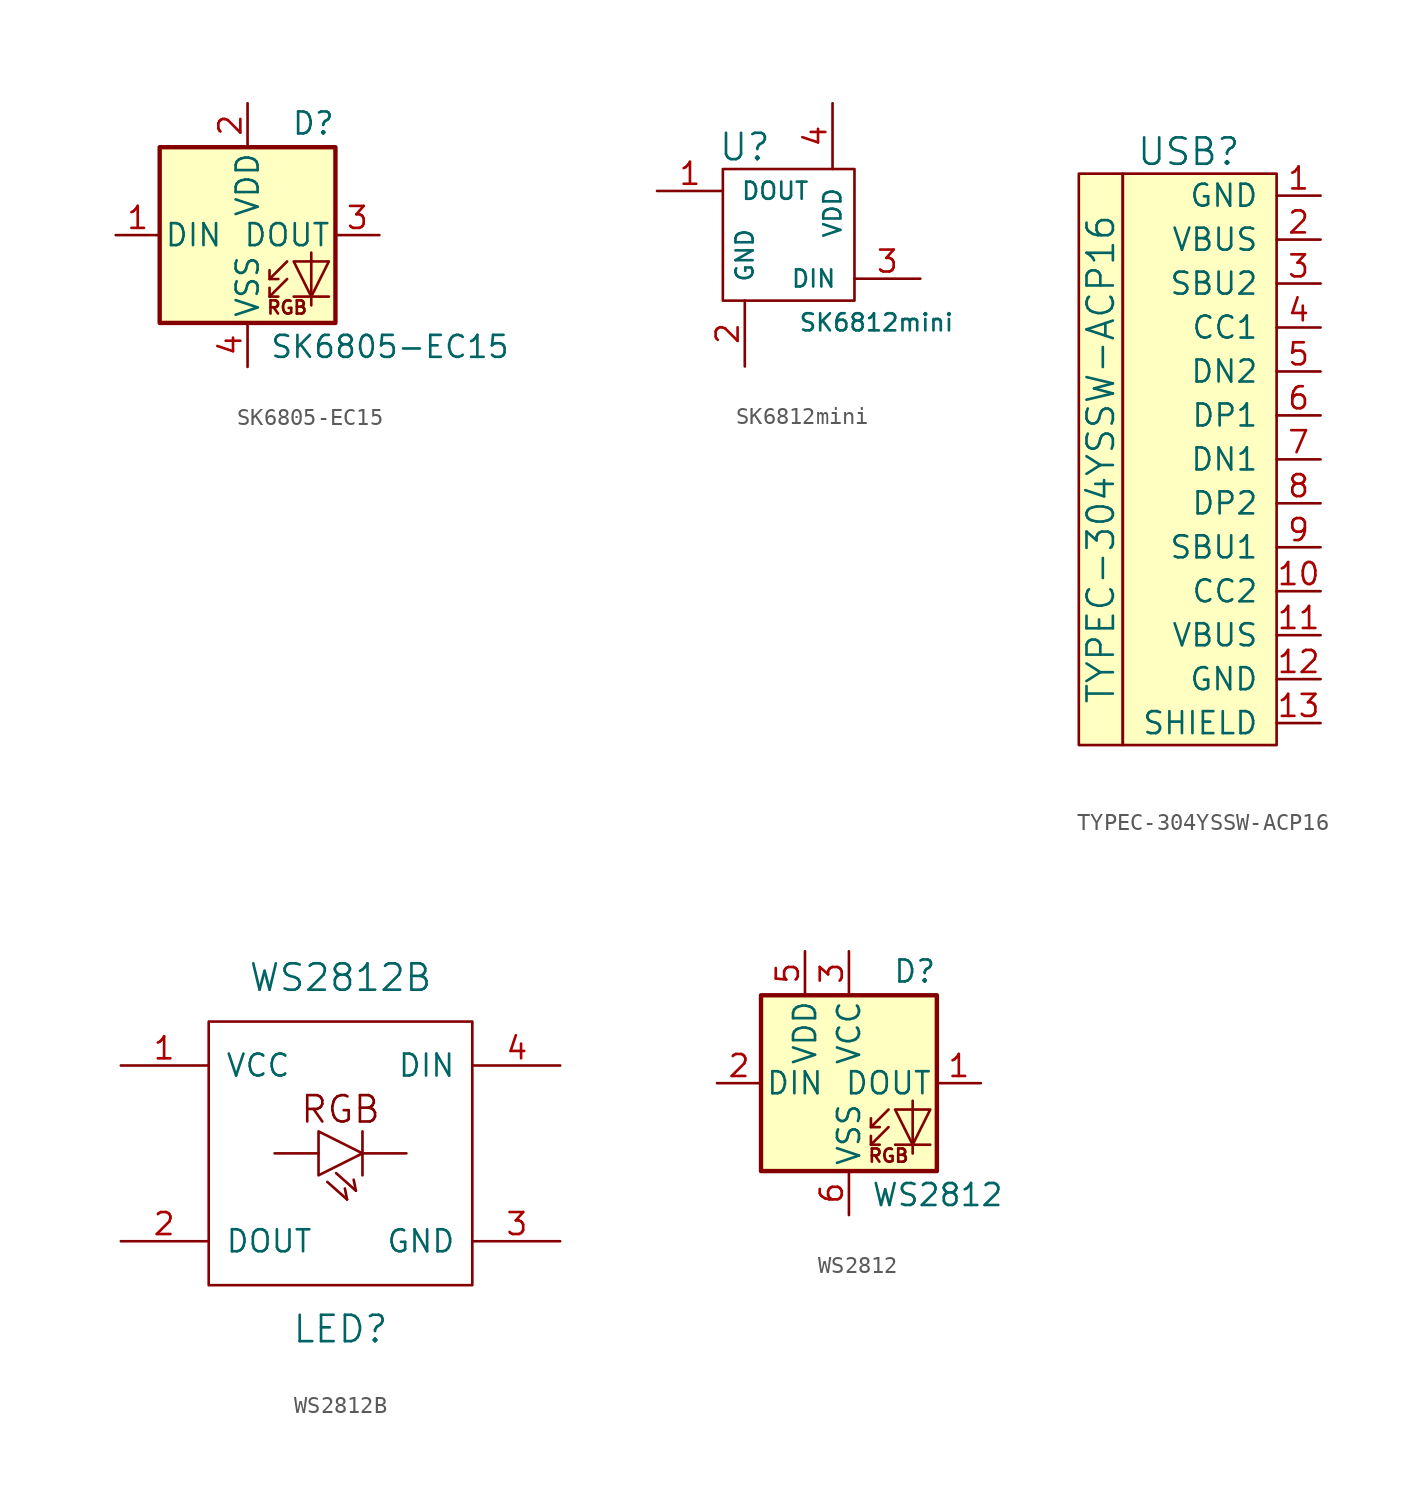
<source format=kicad_sym>
(kicad_symbol_lib
  (version 20211014)
  (generator kicad_symbol_editor)
  (symbol "SK6805-EC15"
    (pin_names
      (offset 0.254))
    (property "Reference" "D"
      (at 5.08 5.715 0)
      (effects (font (size 1.27 1.27)) (justify right bottom)))
    (property "Value" "SK6805-EC15"
      (at 1.27 -5.715 0)
      (effects (font (size 1.27 1.27)) (justify left top)))
    (symbol "SK6805-EC15_0_0"
      (text "RGB" (at 2.286 -4.191 0) (effects (font (size 0.762 0.762)))))
    (symbol "SK6805-EC15_0_1"
      (polyline (pts (xy 1.27 -3.556) (xy 1.778 -3.556)) (stroke (width 0) (type default) (color 0 0 0 0)) (fill (type none)))
      (polyline (pts (xy 1.27 -2.54) (xy 1.778 -2.54)) (stroke (width 0) (type default) (color 0 0 0 0)) (fill (type none)))
      (polyline (pts (xy 4.699 -3.556) (xy 2.667 -3.556)) (stroke (width 0) (type default) (color 0 0 0 0)) (fill (type none)))
      (polyline (pts (xy 2.286 -2.54) (xy 1.27 -3.556) (xy 1.27 -3.048)) (stroke (width 0) (type default) (color 0 0 0 0)) (fill (type none)))
      (polyline (pts (xy 2.286 -1.524) (xy 1.27 -2.54) (xy 1.27 -2.032)) (stroke (width 0) (type default) (color 0 0 0 0)) (fill (type none)))
      (polyline (pts (xy 3.683 -1.016) (xy 3.683 -3.556) (xy 3.683 -4.064)) (stroke (width 0) (type default) (color 0 0 0 0)) (fill (type none)))
      (polyline (pts (xy 4.699 -1.524) (xy 2.667 -1.524) (xy 3.683 -3.556) (xy 4.699 -1.524)) (stroke (width 0) (type default) (color 0 0 0 0)) (fill (type none)))
      (rectangle (start 5.08 5.08) (end -5.08 -5.08) (stroke (width 0.254) (type default) (color 0 0 0 0)) (fill (type background))))
    (symbol "SK6805-EC15_1_1"
      (pin input line (at -7.62 0 0) (length 2.54) (name "DIN" (effects (font (size 1.27 1.27)))) (number "1" (effects (font (size 1.27 1.27)))))
      (pin power_in line (at 0 7.62 270) (length 2.54) (name "VDD" (effects (font (size 1.27 1.27)))) (number "2" (effects (font (size 1.27 1.27)))))
      (pin output line (at 7.62 0 180) (length 2.54) (name "DOUT" (effects (font (size 1.27 1.27)))) (number "3" (effects (font (size 1.27 1.27)))))
      (pin power_in line (at 0 -7.62 90) (length 2.54) (name "VSS" (effects (font (size 1.27 1.27)))) (number "4" (effects (font (size 1.27 1.27)))))))
  (symbol "SK6812mini"
    (pin_names
      (offset 1.016))
    (property "Reference" "U"
      (at -2.54 5.08 0)
      (effects (font (size 1.524 1.524))))
    (property "Value" "SK6812mini"
      (at 5.08 -5.08 0)
      (effects (font (size 0.991 0.991))))
    (property "Footprint" ""
      (at 0 0 0)
      (effects (font (size 1.524 1.524))))
    (property "Datasheet" ""
      (at 0 0 0)
      (effects (font (size 1.524 1.524))))
    (symbol "SK6812mini_0_1"
      (rectangle (start -3.81 3.81) (end 3.81 -3.81) (stroke (width 0) (type default) (color 0 0 0 0)) (fill (type none))))
    (symbol "SK6812mini_1_1"
      (pin passive line (at -7.62 2.54 0) (length 3.81) (name "DOUT" (effects (font (size 0.991 0.991)))) (number "1" (effects (font (size 1.27 1.27)))))
      (pin passive line (at -2.54 -7.62 90) (length 3.81) (name "GND" (effects (font (size 0.991 0.991)))) (number "2" (effects (font (size 1.27 1.27)))))
      (pin passive line (at 7.62 -2.54 180) (length 3.81) (name "DIN" (effects (font (size 0.991 0.991)))) (number "3" (effects (font (size 1.27 1.27)))))
      (pin passive line (at 2.54 7.62 270) (length 3.81) (name "VDD" (effects (font (size 0.991 0.991)))) (number "4" (effects (font (size 1.27 1.27)))))))
  (symbol "TYPEC-304YSSW-ACP16"
    (pin_names
      (offset 1.016))
    (property "Reference" "USB"
      (at -5.08 16.51 0)
      (effects (font (size 1.524 1.524))))
    (property "Value" "TYPEC-304YSSW-ACP16"
      (at -10.16 -1.27 90)
      (effects (font (size 1.524 1.524))))
    (symbol "TYPEC-304YSSW-ACP16_0_1"
      (rectangle (start -11.43 15.24) (end -8.89 -17.78) (stroke (width 0) (type default) (color 0 0 0 0)) (fill (type background)))
      (rectangle (start 0 -17.78) (end -8.89 15.24) (stroke (width 0) (type default) (color 0 0 0 0)) (fill (type background))))
    (symbol "TYPEC-304YSSW-ACP16_1_1"
      (pin input line (at 2.54 13.97 180) (length 2.54) (name "GND" (effects (font (size 1.27 1.27)))) (number "1" (effects (font (size 1.27 1.27)))))
      (pin input line (at 2.54 -8.89 180) (length 2.54) (name "CC2" (effects (font (size 1.27 1.27)))) (number "10" (effects (font (size 1.27 1.27)))))
      (pin input line (at 2.54 -11.43 180) (length 2.54) (name "VBUS" (effects (font (size 1.27 1.27)))) (number "11" (effects (font (size 1.27 1.27)))))
      (pin input line (at 2.54 -13.97 180) (length 2.54) (name "GND" (effects (font (size 1.27 1.27)))) (number "12" (effects (font (size 1.27 1.27)))))
      (pin input line (at 2.54 -16.51 180) (length 2.54) (name "SHIELD" (effects (font (size 1.27 1.27)))) (number "13" (effects (font (size 1.27 1.27)))))
      (pin input line (at 2.54 11.43 180) (length 2.54) (name "VBUS" (effects (font (size 1.27 1.27)))) (number "2" (effects (font (size 1.27 1.27)))))
      (pin input line (at 2.54 8.89 180) (length 2.54) (name "SBU2" (effects (font (size 1.27 1.27)))) (number "3" (effects (font (size 1.27 1.27)))))
      (pin input line (at 2.54 6.35 180) (length 2.54) (name "CC1" (effects (font (size 1.27 1.27)))) (number "4" (effects (font (size 1.27 1.27)))))
      (pin input line (at 2.54 3.81 180) (length 2.54) (name "DN2" (effects (font (size 1.27 1.27)))) (number "5" (effects (font (size 1.27 1.27)))))
      (pin input line (at 2.54 1.27 180) (length 2.54) (name "DP1" (effects (font (size 1.27 1.27)))) (number "6" (effects (font (size 1.27 1.27)))))
      (pin input line (at 2.54 -1.27 180) (length 2.54) (name "DN1" (effects (font (size 1.27 1.27)))) (number "7" (effects (font (size 1.27 1.27)))))
      (pin input line (at 2.54 -3.81 180) (length 2.54) (name "DP2" (effects (font (size 1.27 1.27)))) (number "8" (effects (font (size 1.27 1.27)))))
      (pin input line (at 2.54 -6.35 180) (length 2.54) (name "SBU1" (effects (font (size 1.27 1.27)))) (number "9" (effects (font (size 1.27 1.27)))))))
  (symbol "WS2812B"
    (pin_names
      (offset 1.016))
    (property "Reference" "LED"
      (at 0 -10.16 0)
      (effects (font (size 1.524 1.524))))
    (property "Value" "WS2812B"
      (at 0 10.16 0)
      (effects (font (size 1.524 1.524))))
    (property "Footprint" ""
      (at -1.27 0 90)
      (effects (font (size 1.524 1.524))))
    (property "Datasheet" ""
      (at -1.27 0 90)
      (effects (font (size 1.524 1.524))))
    (symbol "WS2812B_0_0"
      (polyline (pts (xy -1.27 0) (xy -3.81 0)) (stroke (width 0) (type default) (color 0 0 0 0)) (fill (type none)))
      (polyline (pts (xy -0.254 -1.143) (xy 0.889 -2.159)) (stroke (width 0) (type default) (color 0 0 0 0)) (fill (type none)))
      (polyline (pts (xy 0.381 -2.667) (xy -0.762 -1.651)) (stroke (width 0) (type default) (color 0 0 0 0)) (fill (type none)))
      (polyline (pts (xy 0.381 -2.667) (xy 0.254 -2.032)) (stroke (width 0) (type default) (color 0 0 0 0)) (fill (type none)))
      (polyline (pts (xy 0.889 -2.159) (xy 0.762 -1.524)) (stroke (width 0) (type default) (color 0 0 0 0)) (fill (type none)))
      (polyline (pts (xy 1.27 0) (xy 3.81 0)) (stroke (width 0) (type default) (color 0 0 0 0)) (fill (type none)))
      (text "RGB" (at 0 2.54 0) (effects (font (size 1.524 1.524)))))
    (symbol "WS2812B_0_1"
      (rectangle (start -7.62 7.62) (end 7.62 -7.62) (stroke (width 0) (type default) (color 0 0 0 0)) (fill (type none)))
      (polyline (pts (xy 1.27 0) (xy -1.27 1.27) (xy -1.27 -1.27) (xy 1.27 0) (xy 1.27 0)) (stroke (width 0) (type default) (color 0 0 0 0)) (fill (type none)))
      (rectangle (start 1.27 1.27) (end 1.27 -1.27) (stroke (width 0) (type default) (color 0 0 0 0)) (fill (type none))))
    (symbol "WS2812B_1_1"
      (pin power_in line (at -12.7 5.08 0) (length 5.004) (name "VCC" (effects (font (size 1.27 1.27)))) (number "1" (effects (font (size 1.27 1.27)))))
      (pin output line (at -12.7 -5.08 0) (length 5.004) (name "DOUT" (effects (font (size 1.27 1.27)))) (number "2" (effects (font (size 1.27 1.27)))))
      (pin power_in line (at 12.7 -5.08 180) (length 5.004) (name "GND" (effects (font (size 1.27 1.27)))) (number "3" (effects (font (size 1.27 1.27)))))
      (pin input line (at 12.7 5.08 180) (length 5.004) (name "DIN" (effects (font (size 1.27 1.27)))) (number "4" (effects (font (size 1.27 1.27)))))))
  (symbol "WS2812"
    (pin_names
      (offset 0.254))
    (property "Reference" "D"
      (at 5.08 5.715 0)
      (effects (font (size 1.27 1.27)) (justify right bottom)))
    (property "Value" "WS2812"
      (at 1.27 -5.715 0)
      (effects (font (size 1.27 1.27)) (justify left top)))
    (symbol "WS2812_0_0"
      (text "RGB" (at 2.286 -4.191 0) (effects (font (size 0.762 0.762)))))
    (symbol "WS2812_0_1"
      (polyline (pts (xy 1.27 -3.556) (xy 1.778 -3.556)) (stroke (width 0) (type default) (color 0 0 0 0)) (fill (type none)))
      (polyline (pts (xy 1.27 -2.54) (xy 1.778 -2.54)) (stroke (width 0) (type default) (color 0 0 0 0)) (fill (type none)))
      (polyline (pts (xy 4.699 -3.556) (xy 2.667 -3.556)) (stroke (width 0) (type default) (color 0 0 0 0)) (fill (type none)))
      (polyline (pts (xy 2.286 -2.54) (xy 1.27 -3.556) (xy 1.27 -3.048)) (stroke (width 0) (type default) (color 0 0 0 0)) (fill (type none)))
      (polyline (pts (xy 2.286 -1.524) (xy 1.27 -2.54) (xy 1.27 -2.032)) (stroke (width 0) (type default) (color 0 0 0 0)) (fill (type none)))
      (polyline (pts (xy 3.683 -1.016) (xy 3.683 -3.556) (xy 3.683 -4.064)) (stroke (width 0) (type default) (color 0 0 0 0)) (fill (type none)))
      (polyline (pts (xy 4.699 -1.524) (xy 2.667 -1.524) (xy 3.683 -3.556) (xy 4.699 -1.524)) (stroke (width 0) (type default) (color 0 0 0 0)) (fill (type none)))
      (rectangle (start 5.08 5.08) (end -5.08 -5.08) (stroke (width 0.254) (type default) (color 0 0 0 0)) (fill (type background))))
    (symbol "WS2812_1_1"
      (pin output line (at 7.62 0 180) (length 2.54) (name "DOUT" (effects (font (size 1.27 1.27)))) (number "1" (effects (font (size 1.27 1.27)))))
      (pin input line (at -7.62 0 0) (length 2.54) (name "DIN" (effects (font (size 1.27 1.27)))) (number "2" (effects (font (size 1.27 1.27)))))
      (pin power_in line (at 0 7.62 270) (length 2.54) (name "VCC" (effects (font (size 1.27 1.27)))) (number "3" (effects (font (size 1.27 1.27)))))
      (pin no_connect line (at 5.08 2.54 180) (length 2.54) hide (name "NC" (effects (font (size 1.27 1.27)))) (number "4" (effects (font (size 1.27 1.27)))))
      (pin power_in line (at -2.54 7.62 270) (length 2.54) (name "VDD" (effects (font (size 1.27 1.27)))) (number "5" (effects (font (size 1.27 1.27)))))
      (pin power_in line (at 0 -7.62 90) (length 2.54) (name "VSS" (effects (font (size 1.27 1.27)))) (number "6" (effects (font (size 1.27 1.27))))))))
</source>
